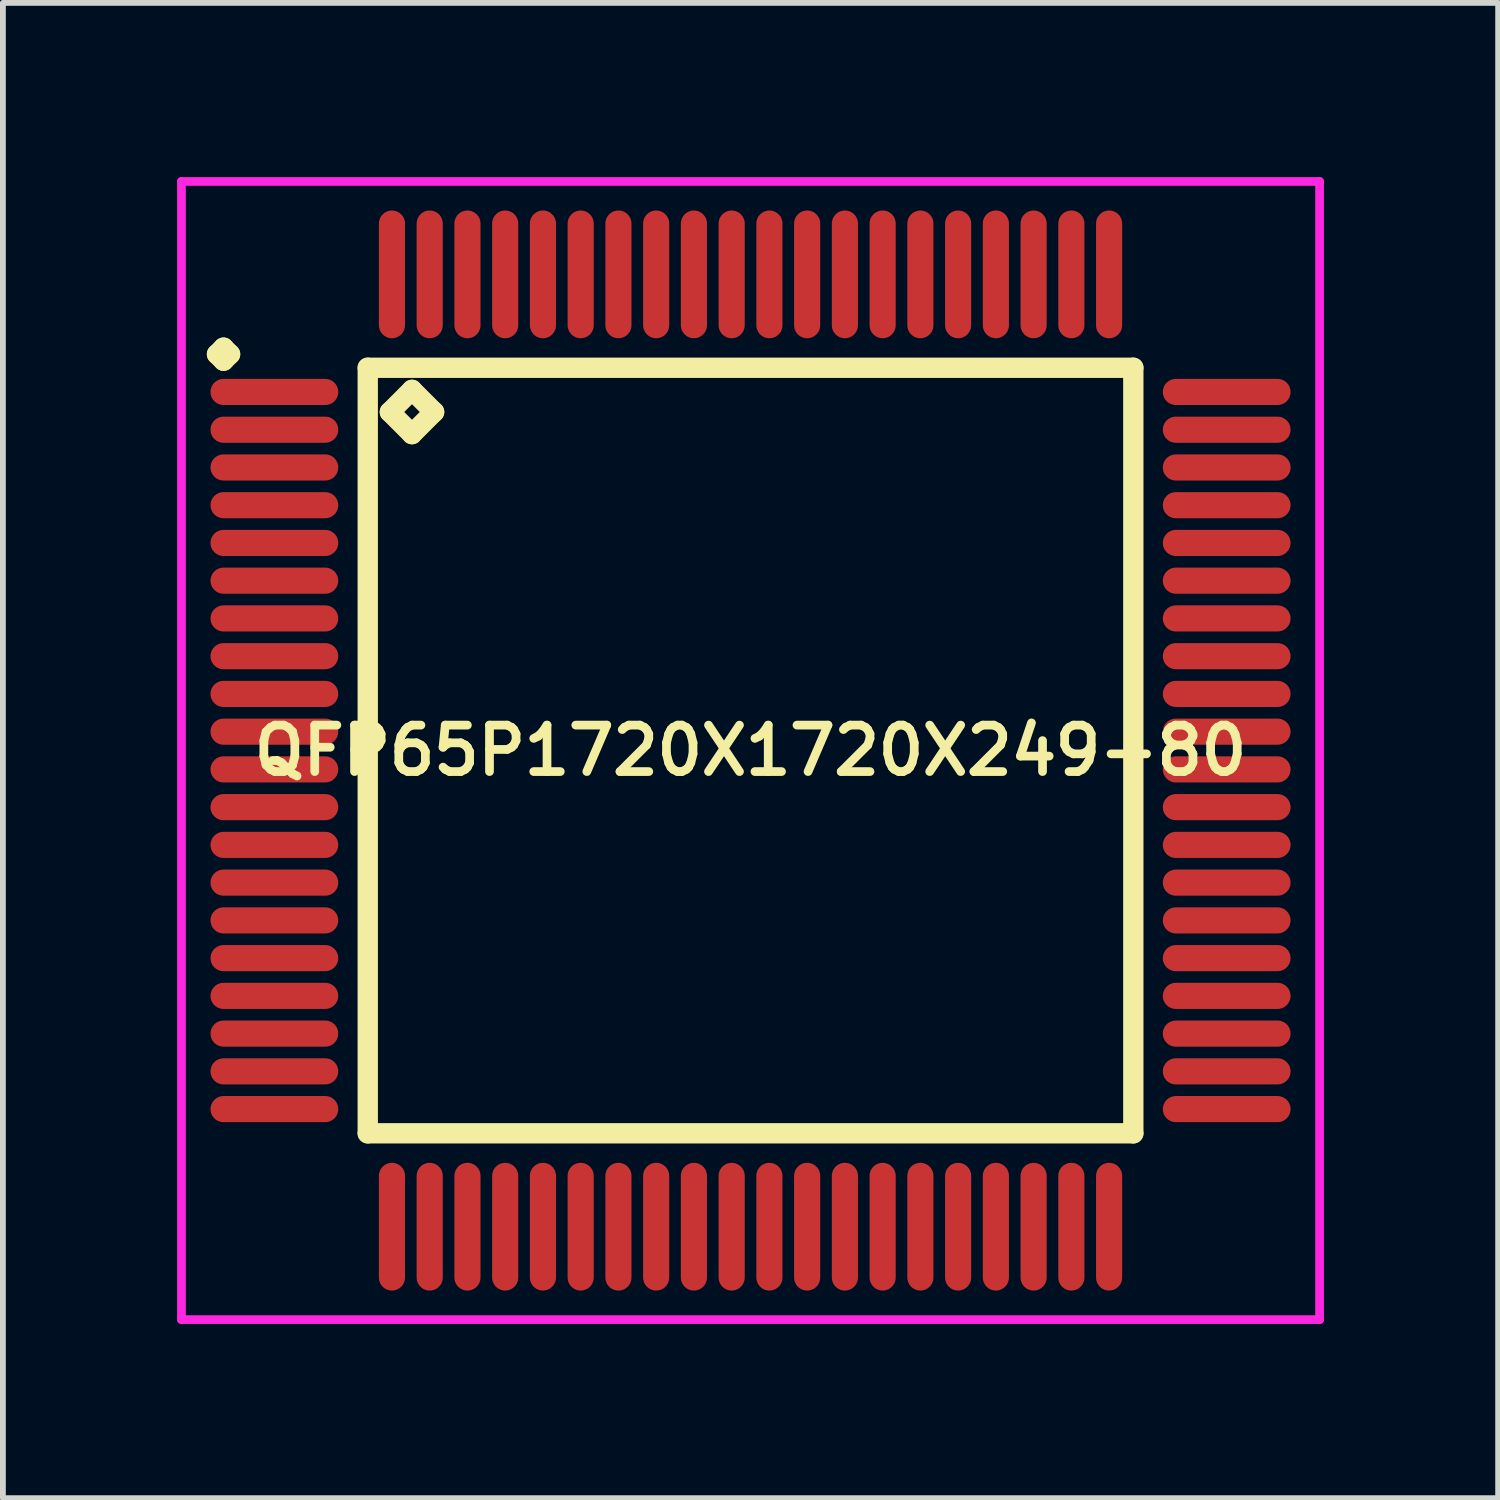
<source format=kicad_pcb>
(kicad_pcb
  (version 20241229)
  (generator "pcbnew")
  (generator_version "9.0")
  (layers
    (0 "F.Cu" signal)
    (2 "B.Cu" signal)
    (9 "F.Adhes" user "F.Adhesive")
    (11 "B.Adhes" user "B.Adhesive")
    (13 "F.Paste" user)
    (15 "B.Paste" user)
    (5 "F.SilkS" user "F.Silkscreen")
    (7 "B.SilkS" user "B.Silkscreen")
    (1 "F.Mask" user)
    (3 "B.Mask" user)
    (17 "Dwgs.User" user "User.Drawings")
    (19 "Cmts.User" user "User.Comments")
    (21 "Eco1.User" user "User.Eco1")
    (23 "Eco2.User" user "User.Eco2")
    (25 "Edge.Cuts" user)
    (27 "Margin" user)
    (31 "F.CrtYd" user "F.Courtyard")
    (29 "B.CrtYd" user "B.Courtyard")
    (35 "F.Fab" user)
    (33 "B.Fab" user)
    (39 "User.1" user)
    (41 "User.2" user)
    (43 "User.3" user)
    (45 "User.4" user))
  (footprint "QFP65P1720X1720X249-80"
    (layer "F.Cu")
    (at 9.875 9.875)
    (property "Reference" "QFP65P1720X1720X249-80" (at 0 0 0) (layer "F.SilkS") (effects (font (size 0.8 0.8) (thickness 0.15))))
    (attr through_hole)
    (fp_line (start -9.188 -6.825) (end -9.075 -6.938) (stroke (width 0.35) (type solid)) (layer "F.SilkS"))
    (fp_line (start -9.075 -6.938) (end -8.963 -6.825) (stroke (width 0.35) (type solid)) (layer "F.SilkS"))
    (fp_line (start -9.075 -6.713) (end -9.188 -6.825) (stroke (width 0.35) (type solid)) (layer "F.SilkS"))
    (fp_line (start -8.963 -6.825) (end -9.075 -6.713) (stroke (width 0.35) (type solid)) (layer "F.SilkS"))
    (fp_line (start -6.592 -6.592) (end -6.592 6.592) (stroke (width 0.35) (type solid)) (layer "F.SilkS"))
    (fp_line (start -6.592 6.592) (end 6.592 6.592) (stroke (width 0.35) (type solid)) (layer "F.SilkS"))
    (fp_line (start -6.211 -5.83) (end -5.83 -6.211) (stroke (width 0.35) (type solid)) (layer "F.SilkS"))
    (fp_line (start -5.83 -6.211) (end -5.449 -5.83) (stroke (width 0.35) (type solid)) (layer "F.SilkS"))
    (fp_line (start -5.83 -5.449) (end -6.211 -5.83) (stroke (width 0.35) (type solid)) (layer "F.SilkS"))
    (fp_line (start -5.449 -5.83) (end -5.83 -5.449) (stroke (width 0.35) (type solid)) (layer "F.SilkS"))
    (fp_line (start 6.592 -6.592) (end -6.592 -6.592) (stroke (width 0.35) (type solid)) (layer "F.SilkS"))
    (fp_line (start 6.592 6.592) (end 6.592 -6.592) (stroke (width 0.35) (type solid)) (layer "F.SilkS"))
    (fp_line (start -9.8 -9.8) (end 9.8 -9.8) (stroke (width 0.15) (type solid)) (layer "F.CrtYd"))
    (fp_line (start -9.8 9.8) (end -9.8 -9.8) (stroke (width 0.15) (type solid)) (layer "F.CrtYd"))
    (fp_line (start 9.8 -9.8) (end 9.8 9.8) (stroke (width 0.15) (type solid)) (layer "F.CrtYd"))
    (fp_line (start 9.8 9.8) (end -9.8 9.8) (stroke (width 0.15) (type solid)) (layer "F.CrtYd"))
    (pad "1" smd oval (at -8.2 -6.175) (size 2.2 0.45) (layers "F.Cu" "F.Mask" "F.Paste"))
    (pad "2" smd oval (at -8.2 -5.525) (size 2.2 0.45) (layers "F.Cu" "F.Mask" "F.Paste"))
    (pad "3" smd oval (at -8.2 -4.875) (size 2.2 0.45) (layers "F.Cu" "F.Mask" "F.Paste"))
    (pad "4" smd oval (at -8.2 -4.225) (size 2.2 0.45) (layers "F.Cu" "F.Mask" "F.Paste"))
    (pad "5" smd oval (at -8.2 -3.575) (size 2.2 0.45) (layers "F.Cu" "F.Mask" "F.Paste"))
    (pad "6" smd oval (at -8.2 -2.925) (size 2.2 0.45) (layers "F.Cu" "F.Mask" "F.Paste"))
    (pad "7" smd oval (at -8.2 -2.275) (size 2.2 0.45) (layers "F.Cu" "F.Mask" "F.Paste"))
    (pad "8" smd oval (at -8.2 -1.625) (size 2.2 0.45) (layers "F.Cu" "F.Mask" "F.Paste"))
    (pad "9" smd oval (at -8.2 -0.975) (size 2.2 0.45) (layers "F.Cu" "F.Mask" "F.Paste"))
    (pad "10" smd oval (at -8.2 -0.325) (size 2.2 0.45) (layers "F.Cu" "F.Mask" "F.Paste"))
    (pad "11" smd oval (at -8.2 0.325) (size 2.2 0.45) (layers "F.Cu" "F.Mask" "F.Paste"))
    (pad "12" smd oval (at -8.2 0.975) (size 2.2 0.45) (layers "F.Cu" "F.Mask" "F.Paste"))
    (pad "13" smd oval (at -8.2 1.625) (size 2.2 0.45) (layers "F.Cu" "F.Mask" "F.Paste"))
    (pad "14" smd oval (at -8.2 2.275) (size 2.2 0.45) (layers "F.Cu" "F.Mask" "F.Paste"))
    (pad "15" smd oval (at -8.2 2.925) (size 2.2 0.45) (layers "F.Cu" "F.Mask" "F.Paste"))
    (pad "16" smd oval (at -8.2 3.575) (size 2.2 0.45) (layers "F.Cu" "F.Mask" "F.Paste"))
    (pad "17" smd oval (at -8.2 4.225) (size 2.2 0.45) (layers "F.Cu" "F.Mask" "F.Paste"))
    (pad "18" smd oval (at -8.2 4.875) (size 2.2 0.45) (layers "F.Cu" "F.Mask" "F.Paste"))
    (pad "19" smd oval (at -8.2 5.525) (size 2.2 0.45) (layers "F.Cu" "F.Mask" "F.Paste"))
    (pad "20" smd oval (at -8.2 6.175) (size 2.2 0.45) (layers "F.Cu" "F.Mask" "F.Paste"))
    (pad "21" smd oval (at -6.175 8.2) (size 0.45 2.2) (layers "F.Cu" "F.Mask" "F.Paste"))
    (pad "22" smd oval (at -5.525 8.2) (size 0.45 2.2) (layers "F.Cu" "F.Mask" "F.Paste"))
    (pad "23" smd oval (at -4.875 8.2) (size 0.45 2.2) (layers "F.Cu" "F.Mask" "F.Paste"))
    (pad "24" smd oval (at -4.225 8.2) (size 0.45 2.2) (layers "F.Cu" "F.Mask" "F.Paste"))
    (pad "25" smd oval (at -3.575 8.2) (size 0.45 2.2) (layers "F.Cu" "F.Mask" "F.Paste"))
    (pad "26" smd oval (at -2.925 8.2) (size 0.45 2.2) (layers "F.Cu" "F.Mask" "F.Paste"))
    (pad "27" smd oval (at -2.275 8.2) (size 0.45 2.2) (layers "F.Cu" "F.Mask" "F.Paste"))
    (pad "28" smd oval (at -1.625 8.2) (size 0.45 2.2) (layers "F.Cu" "F.Mask" "F.Paste"))
    (pad "29" smd oval (at -0.975 8.2) (size 0.45 2.2) (layers "F.Cu" "F.Mask" "F.Paste"))
    (pad "30" smd oval (at -0.325 8.2) (size 0.45 2.2) (layers "F.Cu" "F.Mask" "F.Paste"))
    (pad "31" smd oval (at 0.325 8.2) (size 0.45 2.2) (layers "F.Cu" "F.Mask" "F.Paste"))
    (pad "32" smd oval (at 0.975 8.2) (size 0.45 2.2) (layers "F.Cu" "F.Mask" "F.Paste"))
    (pad "33" smd oval (at 1.625 8.2) (size 0.45 2.2) (layers "F.Cu" "F.Mask" "F.Paste"))
    (pad "34" smd oval (at 2.275 8.2) (size 0.45 2.2) (layers "F.Cu" "F.Mask" "F.Paste"))
    (pad "35" smd oval (at 2.925 8.2) (size 0.45 2.2) (layers "F.Cu" "F.Mask" "F.Paste"))
    (pad "36" smd oval (at 3.575 8.2) (size 0.45 2.2) (layers "F.Cu" "F.Mask" "F.Paste"))
    (pad "37" smd oval (at 4.225 8.2) (size 0.45 2.2) (layers "F.Cu" "F.Mask" "F.Paste"))
    (pad "38" smd oval (at 4.875 8.2) (size 0.45 2.2) (layers "F.Cu" "F.Mask" "F.Paste"))
    (pad "39" smd oval (at 5.525 8.2) (size 0.45 2.2) (layers "F.Cu" "F.Mask" "F.Paste"))
    (pad "40" smd oval (at 6.175 8.2) (size 0.45 2.2) (layers "F.Cu" "F.Mask" "F.Paste"))
    (pad "41" smd oval (at 8.2 6.175) (size 2.2 0.45) (layers "F.Cu" "F.Mask" "F.Paste"))
    (pad "42" smd oval (at 8.2 5.525) (size 2.2 0.45) (layers "F.Cu" "F.Mask" "F.Paste"))
    (pad "43" smd oval (at 8.2 4.875) (size 2.2 0.45) (layers "F.Cu" "F.Mask" "F.Paste"))
    (pad "44" smd oval (at 8.2 4.225) (size 2.2 0.45) (layers "F.Cu" "F.Mask" "F.Paste"))
    (pad "45" smd oval (at 8.2 3.575) (size 2.2 0.45) (layers "F.Cu" "F.Mask" "F.Paste"))
    (pad "46" smd oval (at 8.2 2.925) (size 2.2 0.45) (layers "F.Cu" "F.Mask" "F.Paste"))
    (pad "47" smd oval (at 8.2 2.275) (size 2.2 0.45) (layers "F.Cu" "F.Mask" "F.Paste"))
    (pad "48" smd oval (at 8.2 1.625) (size 2.2 0.45) (layers "F.Cu" "F.Mask" "F.Paste"))
    (pad "49" smd oval (at 8.2 0.975) (size 2.2 0.45) (layers "F.Cu" "F.Mask" "F.Paste"))
    (pad "50" smd oval (at 8.2 0.325) (size 2.2 0.45) (layers "F.Cu" "F.Mask" "F.Paste"))
    (pad "51" smd oval (at 8.2 -0.325) (size 2.2 0.45) (layers "F.Cu" "F.Mask" "F.Paste"))
    (pad "52" smd oval (at 8.2 -0.975) (size 2.2 0.45) (layers "F.Cu" "F.Mask" "F.Paste"))
    (pad "53" smd oval (at 8.2 -1.625) (size 2.2 0.45) (layers "F.Cu" "F.Mask" "F.Paste"))
    (pad "54" smd oval (at 8.2 -2.275) (size 2.2 0.45) (layers "F.Cu" "F.Mask" "F.Paste"))
    (pad "55" smd oval (at 8.2 -2.925) (size 2.2 0.45) (layers "F.Cu" "F.Mask" "F.Paste"))
    (pad "56" smd oval (at 8.2 -3.575) (size 2.2 0.45) (layers "F.Cu" "F.Mask" "F.Paste"))
    (pad "57" smd oval (at 8.2 -4.225) (size 2.2 0.45) (layers "F.Cu" "F.Mask" "F.Paste"))
    (pad "58" smd oval (at 8.2 -4.875) (size 2.2 0.45) (layers "F.Cu" "F.Mask" "F.Paste"))
    (pad "59" smd oval (at 8.2 -5.525) (size 2.2 0.45) (layers "F.Cu" "F.Mask" "F.Paste"))
    (pad "60" smd oval (at 8.2 -6.175) (size 2.2 0.45) (layers "F.Cu" "F.Mask" "F.Paste"))
    (pad "61" smd oval (at 6.175 -8.2) (size 0.45 2.2) (layers "F.Cu" "F.Mask" "F.Paste"))
    (pad "62" smd oval (at 5.525 -8.2) (size 0.45 2.2) (layers "F.Cu" "F.Mask" "F.Paste"))
    (pad "63" smd oval (at 4.875 -8.2) (size 0.45 2.2) (layers "F.Cu" "F.Mask" "F.Paste"))
    (pad "64" smd oval (at 4.225 -8.2) (size 0.45 2.2) (layers "F.Cu" "F.Mask" "F.Paste"))
    (pad "65" smd oval (at 3.575 -8.2) (size 0.45 2.2) (layers "F.Cu" "F.Mask" "F.Paste"))
    (pad "66" smd oval (at 2.925 -8.2) (size 0.45 2.2) (layers "F.Cu" "F.Mask" "F.Paste"))
    (pad "67" smd oval (at 2.275 -8.2) (size 0.45 2.2) (layers "F.Cu" "F.Mask" "F.Paste"))
    (pad "68" smd oval (at 1.625 -8.2) (size 0.45 2.2) (layers "F.Cu" "F.Mask" "F.Paste"))
    (pad "69" smd oval (at 0.975 -8.2) (size 0.45 2.2) (layers "F.Cu" "F.Mask" "F.Paste"))
    (pad "70" smd oval (at 0.325 -8.2) (size 0.45 2.2) (layers "F.Cu" "F.Mask" "F.Paste"))
    (pad "71" smd oval (at -0.325 -8.2) (size 0.45 2.2) (layers "F.Cu" "F.Mask" "F.Paste"))
    (pad "72" smd oval (at -0.975 -8.2) (size 0.45 2.2) (layers "F.Cu" "F.Mask" "F.Paste"))
    (pad "73" smd oval (at -1.625 -8.2) (size 0.45 2.2) (layers "F.Cu" "F.Mask" "F.Paste"))
    (pad "74" smd oval (at -2.275 -8.2) (size 0.45 2.2) (layers "F.Cu" "F.Mask" "F.Paste"))
    (pad "75" smd oval (at -2.925 -8.2) (size 0.45 2.2) (layers "F.Cu" "F.Mask" "F.Paste"))
    (pad "76" smd oval (at -3.575 -8.2) (size 0.45 2.2) (layers "F.Cu" "F.Mask" "F.Paste"))
    (pad "77" smd oval (at -4.225 -8.2) (size 0.45 2.2) (layers "F.Cu" "F.Mask" "F.Paste"))
    (pad "78" smd oval (at -4.875 -8.2) (size 0.45 2.2) (layers "F.Cu" "F.Mask" "F.Paste"))
    (pad "79" smd oval (at -5.525 -8.2) (size 0.45 2.2) (layers "F.Cu" "F.Mask" "F.Paste"))
    (pad "80" smd oval (at -6.175 -8.2) (size 0.45 2.2) (layers "F.Cu" "F.Mask" "F.Paste")))
  (gr_rect
    (start -3 -3)
    (end 22.75 22.75)
    (stroke (width 0.1) (type default))
    (fill no)
    (layer "Edge.Cuts")))
</source>
